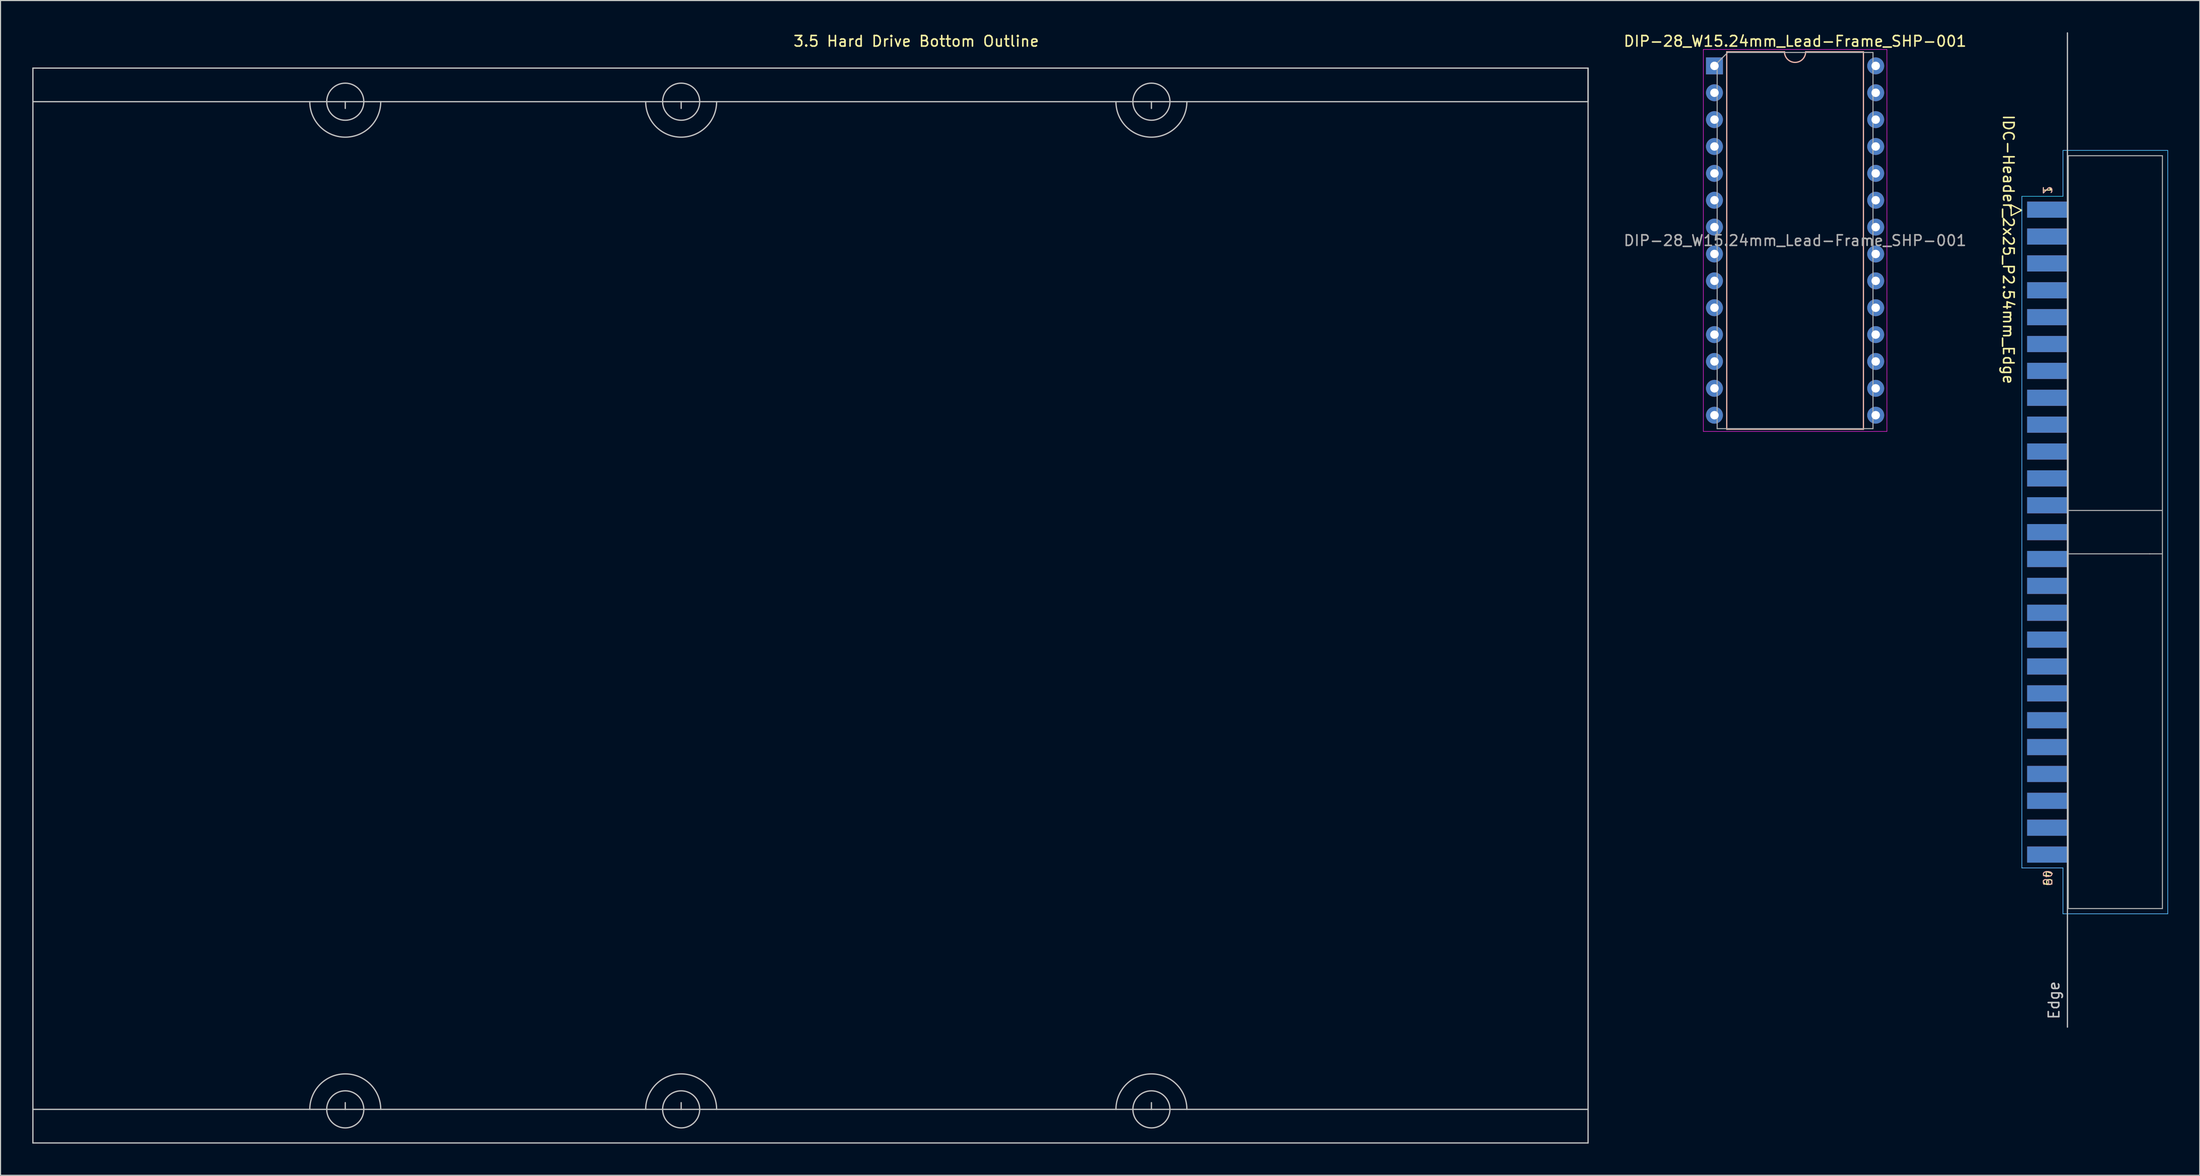
<source format=kicad_pcb>
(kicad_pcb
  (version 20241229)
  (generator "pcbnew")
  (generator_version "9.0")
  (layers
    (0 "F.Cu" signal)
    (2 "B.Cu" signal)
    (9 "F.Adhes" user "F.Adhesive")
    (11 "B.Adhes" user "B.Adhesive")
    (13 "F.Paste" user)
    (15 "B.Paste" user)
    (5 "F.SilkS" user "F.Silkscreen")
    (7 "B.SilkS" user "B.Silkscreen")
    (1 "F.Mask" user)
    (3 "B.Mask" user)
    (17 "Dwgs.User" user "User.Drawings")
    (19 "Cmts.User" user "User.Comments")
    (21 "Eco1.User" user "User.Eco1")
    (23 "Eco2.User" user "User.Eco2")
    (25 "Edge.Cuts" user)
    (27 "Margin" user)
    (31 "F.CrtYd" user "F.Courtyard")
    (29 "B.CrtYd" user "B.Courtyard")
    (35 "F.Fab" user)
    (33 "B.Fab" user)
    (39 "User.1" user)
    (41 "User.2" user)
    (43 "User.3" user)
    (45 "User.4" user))
  (footprint "IDC-Header_2x25_P2.54mm_Edge"
    (layer "F.Cu")
    (at 192.369 16.57)
    (property "Reference" "IDC-Header_2x25_P2.54mm_Edge" (at -5.58 3.96 270) (unlocked yes) (layer "F.SilkS") (effects (font (size 1 1) (thickness 0.15))))
    (attr through_hole)
    (fp_line (start -5.315 -0.246) (end -5.315 0.754) (stroke (width 0.12) (type solid)) (layer "F.SilkS"))
    (fp_line (start -5.315 0.754) (end -4.315 0.254) (stroke (width 0.12) (type solid)) (layer "F.SilkS"))
    (fp_line (start -4.315 0.254) (end -5.315 -0.246) (stroke (width 0.12) (type solid)) (layer "F.SilkS"))
    (fp_line (start 0 -16.51) (end 0 77.47) (stroke (width 0.12) (type solid)) (layer "Dwgs.User"))
    (fp_line (start -4.31 -1.06) (end -0.42 -1.06) (stroke (width 0.05) (type solid)) (layer "B.CrtYd"))
    (fp_line (start -4.31 62.42) (end -4.31 -1.06) (stroke (width 0.05) (type solid)) (layer "B.CrtYd"))
    (fp_line (start -0.42 -5.4) (end 9.48 -5.4) (stroke (width 0.05) (type solid)) (layer "B.CrtYd"))
    (fp_line (start -0.42 -1.06) (end -0.42 -5.4) (stroke (width 0.05) (type solid)) (layer "B.CrtYd"))
    (fp_line (start -0.42 62.42) (end -4.31 62.42) (stroke (width 0.05) (type solid)) (layer "B.CrtYd"))
    (fp_line (start -0.42 66.76) (end -0.42 62.42) (stroke (width 0.05) (type solid)) (layer "B.CrtYd"))
    (fp_line (start 9.48 -5.4) (end 9.48 66.76) (stroke (width 0.05) (type solid)) (layer "B.CrtYd"))
    (fp_line (start 9.48 66.76) (end -0.42 66.76) (stroke (width 0.05) (type solid)) (layer "B.CrtYd"))
    (fp_line (start -4.31 -1.06) (end -4.31 62.42) (stroke (width 0.05) (type solid)) (layer "F.CrtYd"))
    (fp_line (start -4.31 62.42) (end -0.42 62.42) (stroke (width 0.05) (type solid)) (layer "F.CrtYd"))
    (fp_line (start -0.42 -5.4) (end -0.42 -1.06) (stroke (width 0.05) (type solid)) (layer "F.CrtYd"))
    (fp_line (start -0.42 -5.4) (end 9.48 -5.4) (stroke (width 0.05) (type solid)) (layer "F.CrtYd"))
    (fp_line (start -0.42 -1.06) (end -4.31 -1.06) (stroke (width 0.05) (type solid)) (layer "F.CrtYd"))
    (fp_line (start -0.42 66.76) (end -0.42 62.42) (stroke (width 0.05) (type solid)) (layer "F.CrtYd"))
    (fp_line (start 9.48 -5.4) (end 9.48 66.76) (stroke (width 0.05) (type solid)) (layer "F.CrtYd"))
    (fp_line (start 9.48 66.76) (end -0.42 66.76) (stroke (width 0.05) (type solid)) (layer "F.CrtYd"))
    (fp_line (start 0.08 -4.9) (end 0.08 66.26) (stroke (width 0.1) (type solid)) (layer "F.Fab"))
    (fp_line (start 0.08 32.73) (end 8.98 32.73) (stroke (width 0.1) (type solid)) (layer "F.Fab"))
    (fp_line (start 0.08 66.26) (end 8.98 66.26) (stroke (width 0.1) (type solid)) (layer "F.Fab"))
    (fp_line (start 7.78 32.73) (end 7.78 32.73) (stroke (width 0.1) (type solid)) (layer "F.Fab"))
    (fp_line (start 8.98 -4.9) (end 0.08 -4.9) (stroke (width 0.1) (type solid)) (layer "F.Fab"))
    (fp_line (start 8.98 28.63) (end 0.08 28.63) (stroke (width 0.1) (type solid)) (layer "F.Fab"))
    (fp_line (start 8.98 66.26) (end 8.98 -4.9) (stroke (width 0.1) (type solid)) (layer "F.Fab"))
    (fp_text user "1" (at -1.905 -1.651 270) (unlocked yes) (layer "F.SilkS") (effects (font (size 0.8 0.8) (thickness 0.1))))
    (fp_text user "49" (at -1.905 63.373 270) (unlocked yes) (layer "F.SilkS") (effects (font (size 0.8 0.8) (thickness 0.1))))
    (fp_text user "2" (at -1.905 -1.651 270) (unlocked yes) (layer "B.SilkS") (effects (font (size 0.8 0.8) (thickness 0.1)) (justify mirror)))
    (fp_text user "50" (at -1.905 63.373 270) (unlocked yes) (layer "B.SilkS") (effects (font (size 0.8 0.8) (thickness 0.1)) (justify mirror)))
    (fp_text user "Edge" (at -1.27 74.93 90) (layer "Dwgs.User") (effects (font (size 1 1) (thickness 0.15))))
    (pad "1" smd rect (at -1.905 0.2) (size 3.81 1.524) (layers "F.Cu" "F.Mask" "F.Paste"))
    (pad "2" smd rect (at -1.905 0.2) (size 3.81 1.524) (layers "B.Cu" "B.Mask" "B.Paste"))
    (pad "3" smd rect (at -1.905 2.74) (size 3.81 1.524) (layers "F.Cu" "F.Mask" "F.Paste"))
    (pad "4" smd rect (at -1.905 2.74) (size 3.81 1.524) (layers "B.Cu" "B.Mask" "B.Paste"))
    (pad "5" smd rect (at -1.905 5.28) (size 3.81 1.524) (layers "F.Cu" "F.Mask" "F.Paste"))
    (pad "6" smd rect (at -1.905 5.28) (size 3.81 1.524) (layers "B.Cu" "B.Mask" "B.Paste"))
    (pad "7" smd rect (at -1.905 7.82) (size 3.81 1.524) (layers "F.Cu" "F.Mask" "F.Paste"))
    (pad "8" smd rect (at -1.905 7.82) (size 3.81 1.524) (layers "B.Cu" "B.Mask" "B.Paste"))
    (pad "9" smd rect (at -1.905 10.36) (size 3.81 1.524) (layers "F.Cu" "F.Mask" "F.Paste"))
    (pad "10" smd rect (at -1.905 10.36) (size 3.81 1.524) (layers "B.Cu" "B.Mask" "B.Paste"))
    (pad "11" smd rect (at -1.905 12.9) (size 3.81 1.524) (layers "F.Cu" "F.Mask" "F.Paste"))
    (pad "12" smd rect (at -1.905 12.9) (size 3.81 1.524) (layers "B.Cu" "B.Mask" "B.Paste"))
    (pad "13" smd rect (at -1.905 15.44) (size 3.81 1.524) (layers "F.Cu" "F.Mask" "F.Paste"))
    (pad "14" smd rect (at -1.905 15.44) (size 3.81 1.524) (layers "B.Cu" "B.Mask" "B.Paste"))
    (pad "15" smd rect (at -1.905 17.98) (size 3.81 1.524) (layers "F.Cu" "F.Mask" "F.Paste"))
    (pad "16" smd rect (at -1.905 17.98) (size 3.81 1.524) (layers "B.Cu" "B.Mask" "B.Paste"))
    (pad "17" smd rect (at -1.905 20.52) (size 3.81 1.524) (layers "F.Cu" "F.Mask" "F.Paste"))
    (pad "18" smd rect (at -1.905 20.52) (size 3.81 1.524) (layers "B.Cu" "B.Mask" "B.Paste"))
    (pad "19" smd rect (at -1.905 23.06) (size 3.81 1.524) (layers "F.Cu" "F.Mask" "F.Paste"))
    (pad "20" smd rect (at -1.905 23.06) (size 3.81 1.524) (layers "B.Cu" "B.Mask" "B.Paste"))
    (pad "21" smd rect (at -1.905 25.6) (size 3.81 1.524) (layers "F.Cu" "F.Mask" "F.Paste"))
    (pad "22" smd rect (at -1.905 25.6) (size 3.81 1.524) (layers "B.Cu" "B.Mask" "B.Paste"))
    (pad "23" smd rect (at -1.905 28.14) (size 3.81 1.524) (layers "F.Cu" "F.Mask" "F.Paste"))
    (pad "24" smd rect (at -1.905 28.14) (size 3.81 1.524) (layers "B.Cu" "B.Mask" "B.Paste"))
    (pad "25" smd rect (at -1.905 30.68) (size 3.81 1.524) (layers "F.Cu" "F.Mask" "F.Paste"))
    (pad "26" smd rect (at -1.905 30.68) (size 3.81 1.524) (layers "B.Cu" "B.Mask" "B.Paste"))
    (pad "27" smd rect (at -1.905 33.22) (size 3.81 1.524) (layers "F.Cu" "F.Mask" "F.Paste"))
    (pad "28" smd rect (at -1.905 33.22) (size 3.81 1.524) (layers "B.Cu" "B.Mask" "B.Paste"))
    (pad "29" smd rect (at -1.905 35.76) (size 3.81 1.524) (layers "F.Cu" "F.Mask" "F.Paste"))
    (pad "30" smd rect (at -1.905 35.76) (size 3.81 1.524) (layers "B.Cu" "B.Mask" "B.Paste"))
    (pad "31" smd rect (at -1.905 38.3) (size 3.81 1.524) (layers "F.Cu" "F.Mask" "F.Paste"))
    (pad "32" smd rect (at -1.905 38.3) (size 3.81 1.524) (layers "B.Cu" "B.Mask" "B.Paste"))
    (pad "33" smd rect (at -1.905 40.84) (size 3.81 1.524) (layers "F.Cu" "F.Mask" "F.Paste"))
    (pad "34" smd rect (at -1.905 40.84) (size 3.81 1.524) (layers "B.Cu" "B.Mask" "B.Paste"))
    (pad "35" smd rect (at -1.905 43.38) (size 3.81 1.524) (layers "F.Cu" "F.Mask" "F.Paste"))
    (pad "36" smd rect (at -1.905 43.38) (size 3.81 1.524) (layers "B.Cu" "B.Mask" "B.Paste"))
    (pad "37" smd rect (at -1.905 45.92) (size 3.81 1.524) (layers "F.Cu" "F.Mask" "F.Paste"))
    (pad "38" smd rect (at -1.905 45.92) (size 3.81 1.524) (layers "B.Cu" "B.Mask" "B.Paste"))
    (pad "39" smd rect (at -1.905 48.46) (size 3.81 1.524) (layers "F.Cu" "F.Mask" "F.Paste"))
    (pad "40" smd rect (at -1.905 48.46) (size 3.81 1.524) (layers "B.Cu" "B.Mask" "B.Paste"))
    (pad "41" smd rect (at -1.905 51) (size 3.81 1.524) (layers "F.Cu" "F.Mask" "F.Paste"))
    (pad "42" smd rect (at -1.905 51) (size 3.81 1.524) (layers "B.Cu" "B.Mask" "B.Paste"))
    (pad "43" smd rect (at -1.905 53.54) (size 3.81 1.524) (layers "F.Cu" "F.Mask" "F.Paste"))
    (pad "44" smd rect (at -1.905 53.54) (size 3.81 1.524) (layers "B.Cu" "B.Mask" "B.Paste"))
    (pad "45" smd rect (at -1.905 56.08) (size 3.81 1.524) (layers "F.Cu" "F.Mask" "F.Paste"))
    (pad "46" smd rect (at -1.905 56.08) (size 3.81 1.524) (layers "B.Cu" "B.Mask" "B.Paste"))
    (pad "47" smd rect (at -1.905 58.62) (size 3.81 1.524) (layers "F.Cu" "F.Mask" "F.Paste"))
    (pad "48" smd rect (at -1.905 58.62) (size 3.81 1.524) (layers "B.Cu" "B.Mask" "B.Paste"))
    (pad "49" smd rect (at -1.905 61.16) (size 3.81 1.524) (layers "F.Cu" "F.Mask" "F.Paste"))
    (pad "50" smd rect (at -1.905 61.16) (size 3.81 1.524) (layers "B.Cu" "B.Mask" "B.Paste")))
  (footprint "DIP-28_W15.24mm_Lead-Frame_SHP-001"
    (layer "F.Cu")
    (at 159.005 3.178)
    (property "Reference" "DIP-28_W15.24mm_Lead-Frame_SHP-001" (at 7.62 -2.33 0) (layer "F.SilkS") (effects (font (size 1 1) (thickness 0.15))))
    (attr through_hole)
    (fp_line (start 1.16 -1.33) (end 1.16 34.35) (stroke (width 0.12) (type solid)) (layer "B.SilkS"))
    (fp_line (start 1.16 34.35) (end 14.08 34.35) (stroke (width 0.12) (type solid)) (layer "B.SilkS"))
    (fp_line (start 6.62 -1.33) (end 1.16 -1.33) (stroke (width 0.12) (type solid)) (layer "B.SilkS"))
    (fp_line (start 14.08 -1.33) (end 8.62 -1.33) (stroke (width 0.12) (type solid)) (layer "B.SilkS"))
    (fp_line (start 14.08 34.35) (end 14.08 -1.33) (stroke (width 0.12) (type solid)) (layer "B.SilkS"))
    (fp_arc (start 8.62 -1.33) (mid 7.62 -0.33) (end 6.62 -1.33) (stroke (width 0.12) (type solid)) (layer "B.SilkS"))
    (fp_line (start -1.05 -1.55) (end -1.05 34.55) (stroke (width 0.05) (type solid)) (layer "F.CrtYd"))
    (fp_line (start -1.05 34.55) (end 16.3 34.55) (stroke (width 0.05) (type solid)) (layer "F.CrtYd"))
    (fp_line (start 16.3 -1.55) (end -1.05 -1.55) (stroke (width 0.05) (type solid)) (layer "F.CrtYd"))
    (fp_line (start 16.3 34.55) (end 16.3 -1.55) (stroke (width 0.05) (type solid)) (layer "F.CrtYd"))
    (fp_line (start 0.255 -0.27) (end 1.255 -1.27) (stroke (width 0.1) (type solid)) (layer "F.Fab"))
    (fp_line (start 0.255 34.29) (end 0.255 -0.27) (stroke (width 0.1) (type solid)) (layer "F.Fab"))
    (fp_line (start 1.255 -1.27) (end 14.985 -1.27) (stroke (width 0.1) (type solid)) (layer "F.Fab"))
    (fp_line (start 14.985 -1.27) (end 14.985 34.29) (stroke (width 0.1) (type solid)) (layer "F.Fab"))
    (fp_line (start 14.985 34.29) (end 0.255 34.29) (stroke (width 0.1) (type solid)) (layer "F.Fab"))
    (fp_text user "${REFERENCE}" (at 7.62 16.51 0) (layer "F.Fab") (effects (font (size 1 1) (thickness 0.15))))
    (pad "1" thru_hole rect (at 0 0) (size 1.6 1.6) (drill 0.8) (layers "*.Cu" "*.Mask"))
    (pad "2" thru_hole oval (at 0 2.54) (size 1.6 1.6) (drill 0.8) (layers "*.Cu" "*.Mask"))
    (pad "3" thru_hole oval (at 0 5.08) (size 1.6 1.6) (drill 0.8) (layers "*.Cu" "*.Mask"))
    (pad "4" thru_hole oval (at 0 7.62) (size 1.6 1.6) (drill 0.8) (layers "*.Cu" "*.Mask"))
    (pad "5" thru_hole oval (at 0 10.16) (size 1.6 1.6) (drill 0.8) (layers "*.Cu" "*.Mask"))
    (pad "6" thru_hole oval (at 0 12.7) (size 1.6 1.6) (drill 0.8) (layers "*.Cu" "*.Mask"))
    (pad "7" thru_hole oval (at 0 15.24) (size 1.6 1.6) (drill 0.8) (layers "*.Cu" "*.Mask"))
    (pad "8" thru_hole oval (at 0 17.78) (size 1.6 1.6) (drill 0.8) (layers "*.Cu" "*.Mask"))
    (pad "9" thru_hole oval (at 0 20.32) (size 1.6 1.6) (drill 0.8) (layers "*.Cu" "*.Mask"))
    (pad "10" thru_hole oval (at 0 22.86) (size 1.6 1.6) (drill 0.8) (layers "*.Cu" "*.Mask"))
    (pad "11" thru_hole oval (at 0 25.4) (size 1.6 1.6) (drill 0.8) (layers "*.Cu" "*.Mask"))
    (pad "12" thru_hole oval (at 0 27.94) (size 1.6 1.6) (drill 0.8) (layers "*.Cu" "*.Mask"))
    (pad "13" thru_hole oval (at 0 30.48) (size 1.6 1.6) (drill 0.8) (layers "*.Cu" "*.Mask"))
    (pad "14" thru_hole oval (at 0 33.02) (size 1.6 1.6) (drill 0.8) (layers "*.Cu" "*.Mask"))
    (pad "15" thru_hole oval (at 15.24 33.02) (size 1.6 1.6) (drill 0.8) (layers "*.Cu" "*.Mask"))
    (pad "16" thru_hole oval (at 15.24 30.48) (size 1.6 1.6) (drill 0.8) (layers "*.Cu" "*.Mask"))
    (pad "17" thru_hole oval (at 15.24 27.94) (size 1.6 1.6) (drill 0.8) (layers "*.Cu" "*.Mask"))
    (pad "18" thru_hole oval (at 15.24 25.4) (size 1.6 1.6) (drill 0.8) (layers "*.Cu" "*.Mask"))
    (pad "19" thru_hole oval (at 15.24 22.86) (size 1.6 1.6) (drill 0.8) (layers "*.Cu" "*.Mask"))
    (pad "20" thru_hole oval (at 15.24 20.32) (size 1.6 1.6) (drill 0.8) (layers "*.Cu" "*.Mask"))
    (pad "21" thru_hole oval (at 15.24 17.78) (size 1.6 1.6) (drill 0.8) (layers "*.Cu" "*.Mask"))
    (pad "22" thru_hole oval (at 15.24 15.24) (size 1.6 1.6) (drill 0.8) (layers "*.Cu" "*.Mask"))
    (pad "23" thru_hole oval (at 15.24 12.7) (size 1.6 1.6) (drill 0.8) (layers "*.Cu" "*.Mask"))
    (pad "24" thru_hole oval (at 15.24 10.16) (size 1.6 1.6) (drill 0.8) (layers "*.Cu" "*.Mask"))
    (pad "25" thru_hole oval (at 15.24 7.62) (size 1.6 1.6) (drill 0.8) (layers "*.Cu" "*.Mask"))
    (pad "26" thru_hole oval (at 15.24 5.08) (size 1.6 1.6) (drill 0.8) (layers "*.Cu" "*.Mask"))
    (pad "27" thru_hole oval (at 15.24 2.54) (size 1.6 1.6) (drill 0.8) (layers "*.Cu" "*.Mask"))
    (pad "28" thru_hole oval (at 15.24 0) (size 1.6 1.6) (drill 0.8) (layers "*.Cu" "*.Mask")))
  (footprint "3.5 Hard Drive Bottom Outline"
    (layer "F.Cu")
    (at 147.06 3.388)
    (property "Reference" "3.5 Hard Drive Bottom Outline" (at -63.5 -2.54 0) (layer "F.SilkS") (effects (font (size 1 1) (thickness 0.15))))
    (attr through_hole)
    (fp_line (start -147 0) (end 0 0) (stroke (width 0.12) (type solid)) (layer "Dwgs.User"))
    (fp_line (start -147 101.6) (end -147 0) (stroke (width 0.12) (type solid)) (layer "Dwgs.User"))
    (fp_line (start -117.475 3.175) (end -146.99 3.175) (stroke (width 0.12) (type solid)) (layer "Dwgs.User"))
    (fp_line (start -117.475 3.175) (end -117.475 3.81) (stroke (width 0.12) (type solid)) (layer "Dwgs.User"))
    (fp_line (start -117.475 98.425) (end -146.99 98.425) (stroke (width 0.12) (type solid)) (layer "Dwgs.User"))
    (fp_line (start -117.475 98.425) (end -117.475 97.79) (stroke (width 0.12) (type solid)) (layer "Dwgs.User"))
    (fp_line (start -85.725 3.175) (end -117.475 3.175) (stroke (width 0.12) (type solid)) (layer "Dwgs.User"))
    (fp_line (start -85.725 3.175) (end -85.725 3.81) (stroke (width 0.12) (type solid)) (layer "Dwgs.User"))
    (fp_line (start -85.725 98.425) (end -117.475 98.425) (stroke (width 0.12) (type solid)) (layer "Dwgs.User"))
    (fp_line (start -85.725 98.425) (end -85.725 97.79) (stroke (width 0.12) (type solid)) (layer "Dwgs.User"))
    (fp_line (start -41.275 3.175) (end -85.725 3.175) (stroke (width 0.12) (type solid)) (layer "Dwgs.User"))
    (fp_line (start -41.275 3.175) (end -41.275 3.81) (stroke (width 0.12) (type solid)) (layer "Dwgs.User"))
    (fp_line (start -41.275 3.175) (end 0 3.175) (stroke (width 0.12) (type solid)) (layer "Dwgs.User"))
    (fp_line (start -41.275 98.425) (end -85.725 98.425) (stroke (width 0.12) (type solid)) (layer "Dwgs.User"))
    (fp_line (start -41.275 98.425) (end -41.275 97.79) (stroke (width 0.12) (type solid)) (layer "Dwgs.User"))
    (fp_line (start 0 0) (end 0 3.175) (stroke (width 0.12) (type solid)) (layer "Dwgs.User"))
    (fp_line (start 0 0) (end 0 101.6) (stroke (width 0.12) (type solid)) (layer "Dwgs.User"))
    (fp_line (start 0 98.425) (end -41.275 98.425) (stroke (width 0.12) (type solid)) (layer "Dwgs.User"))
    (fp_line (start 0 101.6) (end -147 101.6) (stroke (width 0.12) (type solid)) (layer "Dwgs.User"))
    (fp_arc (start -120.8278 98.425) (mid -117.475 95.0722) (end -114.1222 98.425) (stroke (width 0.12) (type solid)) (layer "Dwgs.User"))
    (fp_arc (start -114.1222 3.175) (mid -117.475 6.5278) (end -120.8278 3.175) (stroke (width 0.12) (type solid)) (layer "Dwgs.User"))
    (fp_arc (start -89.0778 98.425) (mid -85.725 95.0722) (end -82.3722 98.425) (stroke (width 0.12) (type solid)) (layer "Dwgs.User"))
    (fp_arc (start -82.3722 3.175) (mid -85.725 6.5278) (end -89.0778 3.175) (stroke (width 0.12) (type solid)) (layer "Dwgs.User"))
    (fp_arc (start -44.6278 98.425) (mid -41.275 95.0722) (end -37.9222 98.425) (stroke (width 0.12) (type solid)) (layer "Dwgs.User"))
    (fp_arc (start -37.9222 3.175) (mid -41.275 6.5278) (end -44.6278 3.175) (stroke (width 0.12) (type solid)) (layer "Dwgs.User"))
    (fp_circle (center -117.475 3.175) (end -115.722 3.15) (stroke (width 0.12) (type solid)) (fill no) (layer "Dwgs.User"))
    (fp_circle (center -117.475 98.425) (end -115.722 98.374) (stroke (width 0.12) (type solid)) (fill no) (layer "Dwgs.User"))
    (fp_circle (center -85.725 3.175) (end -83.972 3.162) (stroke (width 0.12) (type solid)) (fill no) (layer "Dwgs.User"))
    (fp_circle (center -85.725 98.425) (end -83.972 98.438) (stroke (width 0.12) (type solid)) (fill no) (layer "Dwgs.User"))
    (fp_circle (center -41.275 3.175) (end -39.522 3.2) (stroke (width 0.12) (type solid)) (fill no) (layer "Dwgs.User"))
    (fp_circle (center -41.275 98.425) (end -39.522 98.425) (stroke (width 0.12) (type solid)) (fill no) (layer "Dwgs.User")))
  (gr_rect
    (start -3 -3)
    (end 204.874 108.048)
    (stroke (width 0.1) (type default))
    (fill no)
    (layer "Edge.Cuts")))
</source>
